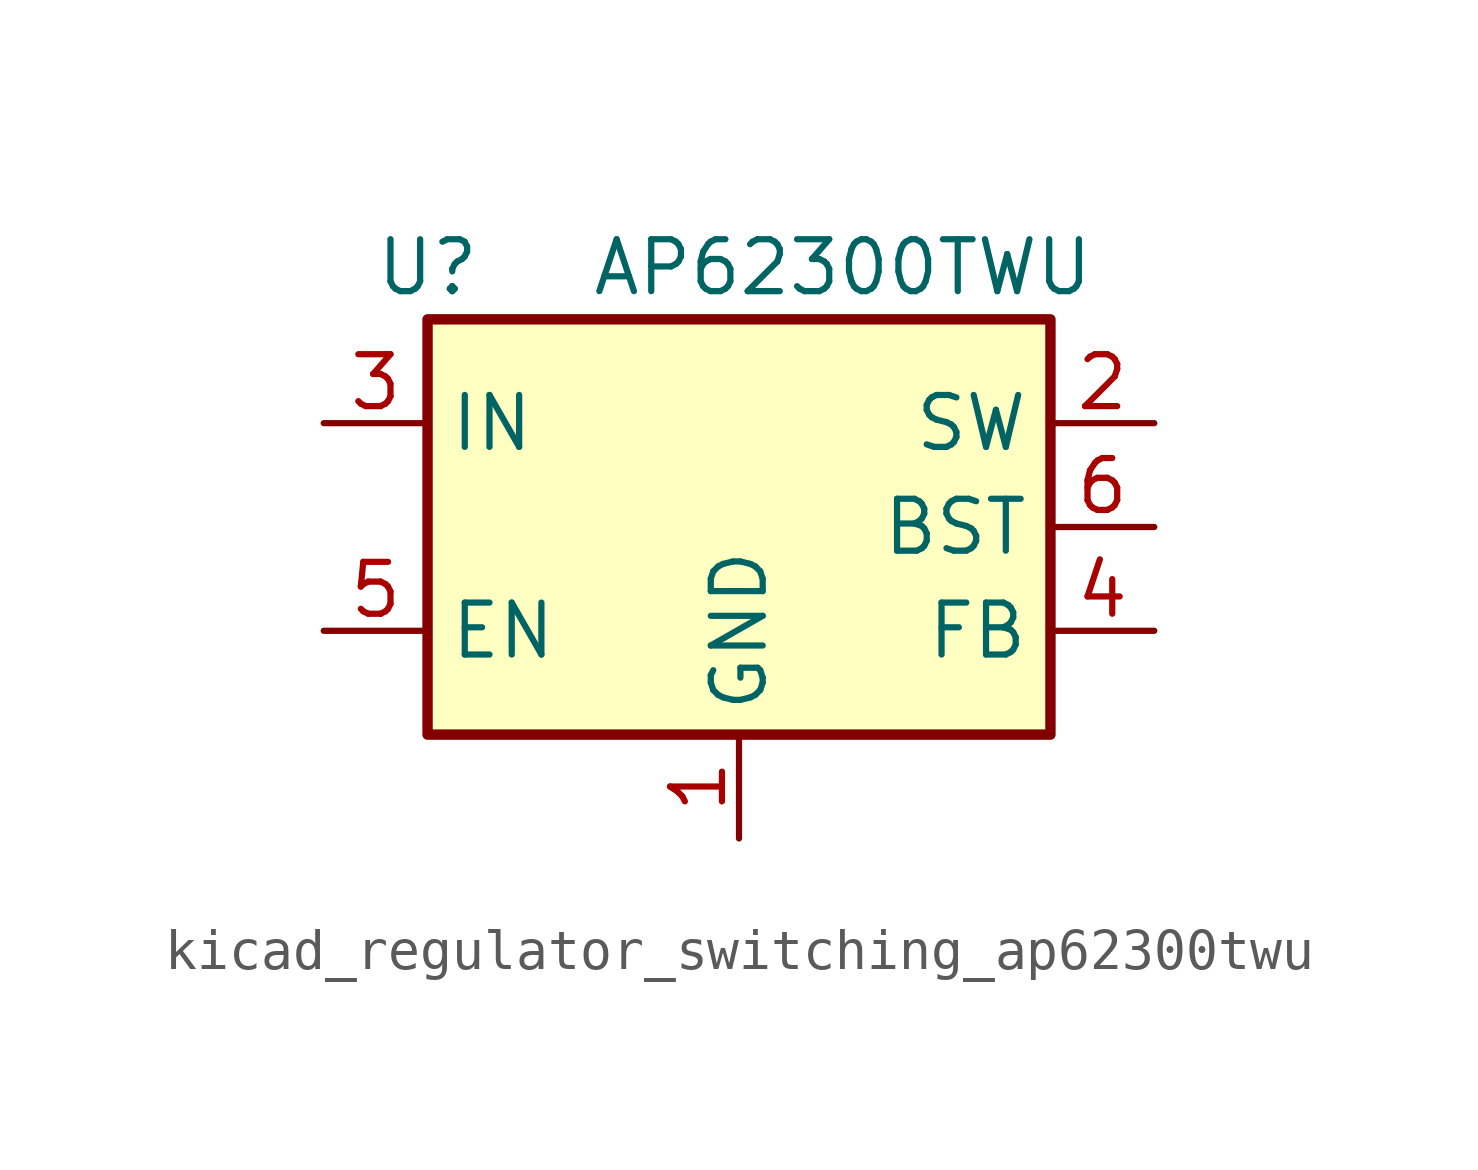
<source format=kicad_sym>
(kicad_symbol_lib
  (version 20220914)
  (generator kicad_symbol_editor)
  (symbol "kicad_regulator_switching_ap62300twu"
    (property "Reference" "U"
      (at -7.62 6.35 0)
      (effects (font (size 1.27 1.27))))
    (property "Value" "AP62300TWU"
      (at 2.54 6.35 0)
      (effects (font (size 1.27 1.27))))
    (symbol "kicad_regulator_switching_ap62300twu_0_1"
      (rectangle (start -7.62 5.08) (end 7.62 -5.08) (stroke (width 0.254) (type default)) (fill (type background))))
    (symbol "kicad_regulator_switching_ap62300twu_1_1"
      (pin power_in line (at 0 -7.62 90) (length 2.54) (name "GND" (effects (font (size 1.27 1.27)))) (number "1" (effects (font (size 1.27 1.27)))))
      (pin output line (at 10.16 2.54 180) (length 2.54) (name "SW" (effects (font (size 1.27 1.27)))) (number "2" (effects (font (size 1.27 1.27)))))
      (pin power_in line (at -10.16 2.54 0) (length 2.54) (name "IN" (effects (font (size 1.27 1.27)))) (number "3" (effects (font (size 1.27 1.27)))))
      (pin input line (at 10.16 -2.54 180) (length 2.54) (name "FB" (effects (font (size 1.27 1.27)))) (number "4" (effects (font (size 1.27 1.27)))))
      (pin input line (at -10.16 -2.54 0) (length 2.54) (name "EN" (effects (font (size 1.27 1.27)))) (number "5" (effects (font (size 1.27 1.27)))))
      (pin passive line (at 10.16 0 180) (length 2.54) (name "BST" (effects (font (size 1.27 1.27)))) (number "6" (effects (font (size 1.27 1.27))))))))
</source>
